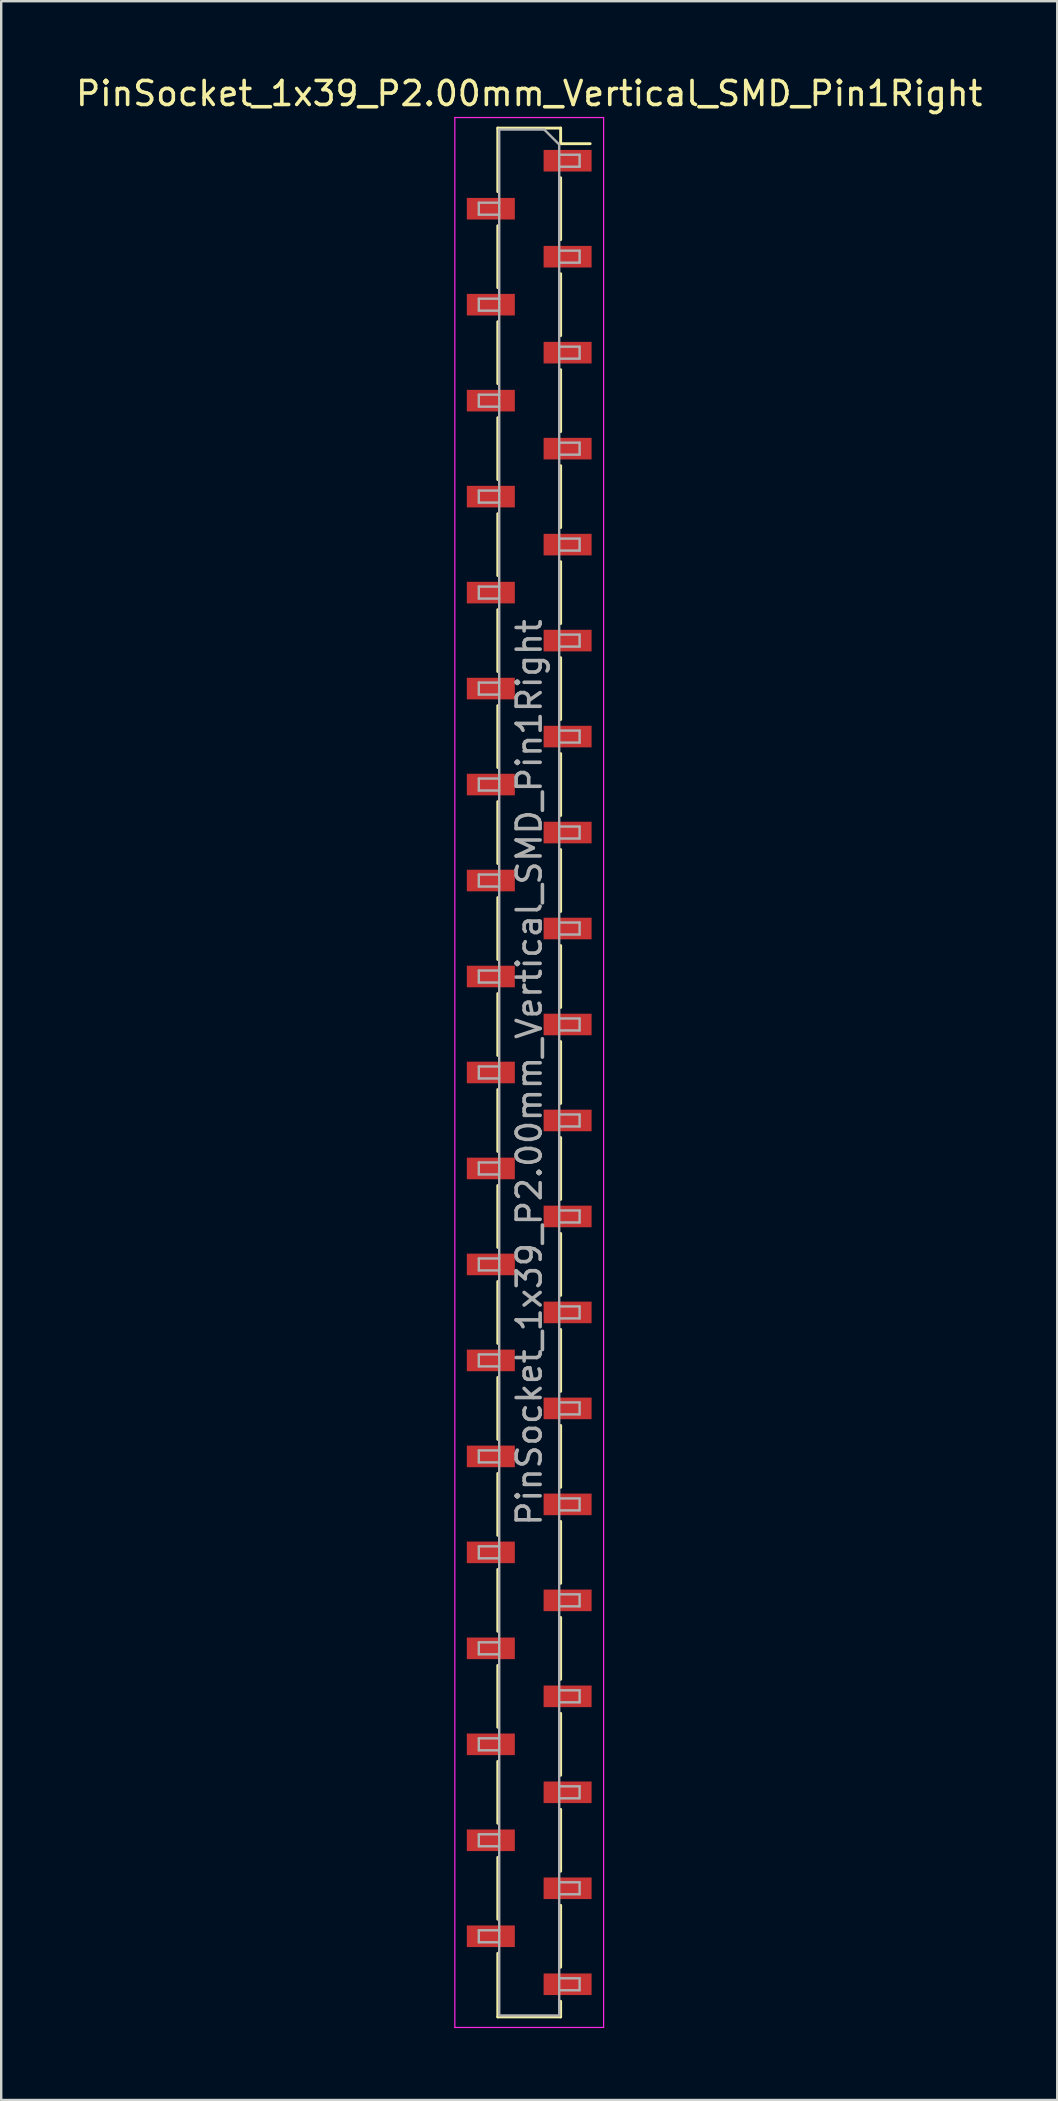
<source format=kicad_pcb>
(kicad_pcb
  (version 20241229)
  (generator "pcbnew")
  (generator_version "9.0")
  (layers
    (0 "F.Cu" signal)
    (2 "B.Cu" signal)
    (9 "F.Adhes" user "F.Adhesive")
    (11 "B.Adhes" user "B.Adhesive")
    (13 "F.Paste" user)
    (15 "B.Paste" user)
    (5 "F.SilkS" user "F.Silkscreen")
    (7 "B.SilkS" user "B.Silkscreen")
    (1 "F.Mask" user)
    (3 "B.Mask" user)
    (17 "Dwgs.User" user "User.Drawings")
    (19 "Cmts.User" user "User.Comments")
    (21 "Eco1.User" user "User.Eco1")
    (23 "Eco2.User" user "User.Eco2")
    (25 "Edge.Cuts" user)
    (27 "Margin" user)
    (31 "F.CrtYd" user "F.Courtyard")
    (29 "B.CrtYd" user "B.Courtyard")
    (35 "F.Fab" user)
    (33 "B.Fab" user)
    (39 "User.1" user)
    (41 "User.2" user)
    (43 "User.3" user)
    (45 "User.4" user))
  (footprint "PinSocket_1x39_P2.00mm_Vertical_SMD_Pin1Right"
    (layer "F.Cu")
    (at 19.006 41.648)
    (property "Reference" "PinSocket_1x39_P2.00mm_Vertical_SMD_Pin1Right" (at 0 -40.8 0) (layer "F.SilkS") (effects (font (size 1 1) (thickness 0.15))))
    (attr smd)
    (fp_line (start -1.31 -39.36) (end -1.31 -36.71) (stroke (width 0.12) (type solid)) (layer "F.SilkS"))
    (fp_line (start -1.31 -39.36) (end 1.31 -39.36) (stroke (width 0.12) (type solid)) (layer "F.SilkS"))
    (fp_line (start -1.31 -35.29) (end -1.31 -32.71) (stroke (width 0.12) (type solid)) (layer "F.SilkS"))
    (fp_line (start -1.31 -31.29) (end -1.31 -28.71) (stroke (width 0.12) (type solid)) (layer "F.SilkS"))
    (fp_line (start -1.31 -27.29) (end -1.31 -24.71) (stroke (width 0.12) (type solid)) (layer "F.SilkS"))
    (fp_line (start -1.31 -23.29) (end -1.31 -20.71) (stroke (width 0.12) (type solid)) (layer "F.SilkS"))
    (fp_line (start -1.31 -19.29) (end -1.31 -16.71) (stroke (width 0.12) (type solid)) (layer "F.SilkS"))
    (fp_line (start -1.31 -15.29) (end -1.31 -12.71) (stroke (width 0.12) (type solid)) (layer "F.SilkS"))
    (fp_line (start -1.31 -11.29) (end -1.31 -8.71) (stroke (width 0.12) (type solid)) (layer "F.SilkS"))
    (fp_line (start -1.31 -7.29) (end -1.31 -4.71) (stroke (width 0.12) (type solid)) (layer "F.SilkS"))
    (fp_line (start -1.31 -3.29) (end -1.31 -0.71) (stroke (width 0.12) (type solid)) (layer "F.SilkS"))
    (fp_line (start -1.31 0.71) (end -1.31 3.29) (stroke (width 0.12) (type solid)) (layer "F.SilkS"))
    (fp_line (start -1.31 4.71) (end -1.31 7.29) (stroke (width 0.12) (type solid)) (layer "F.SilkS"))
    (fp_line (start -1.31 8.71) (end -1.31 11.29) (stroke (width 0.12) (type solid)) (layer "F.SilkS"))
    (fp_line (start -1.31 12.71) (end -1.31 15.29) (stroke (width 0.12) (type solid)) (layer "F.SilkS"))
    (fp_line (start -1.31 16.71) (end -1.31 19.29) (stroke (width 0.12) (type solid)) (layer "F.SilkS"))
    (fp_line (start -1.31 20.71) (end -1.31 23.29) (stroke (width 0.12) (type solid)) (layer "F.SilkS"))
    (fp_line (start -1.31 24.71) (end -1.31 27.29) (stroke (width 0.12) (type solid)) (layer "F.SilkS"))
    (fp_line (start -1.31 28.71) (end -1.31 31.29) (stroke (width 0.12) (type solid)) (layer "F.SilkS"))
    (fp_line (start -1.31 32.71) (end -1.31 35.29) (stroke (width 0.12) (type solid)) (layer "F.SilkS"))
    (fp_line (start -1.31 36.71) (end -1.31 39.36) (stroke (width 0.12) (type solid)) (layer "F.SilkS"))
    (fp_line (start -1.31 39.36) (end 1.31 39.36) (stroke (width 0.12) (type solid)) (layer "F.SilkS"))
    (fp_line (start 1.31 -39.36) (end 1.31 -38.71) (stroke (width 0.12) (type solid)) (layer "F.SilkS"))
    (fp_line (start 1.31 -38.71) (end 2.54 -38.71) (stroke (width 0.12) (type solid)) (layer "F.SilkS"))
    (fp_line (start 1.31 -37.29) (end 1.31 -34.71) (stroke (width 0.12) (type solid)) (layer "F.SilkS"))
    (fp_line (start 1.31 -33.29) (end 1.31 -30.71) (stroke (width 0.12) (type solid)) (layer "F.SilkS"))
    (fp_line (start 1.31 -29.29) (end 1.31 -26.71) (stroke (width 0.12) (type solid)) (layer "F.SilkS"))
    (fp_line (start 1.31 -25.29) (end 1.31 -22.71) (stroke (width 0.12) (type solid)) (layer "F.SilkS"))
    (fp_line (start 1.31 -21.29) (end 1.31 -18.71) (stroke (width 0.12) (type solid)) (layer "F.SilkS"))
    (fp_line (start 1.31 -17.29) (end 1.31 -14.71) (stroke (width 0.12) (type solid)) (layer "F.SilkS"))
    (fp_line (start 1.31 -13.29) (end 1.31 -10.71) (stroke (width 0.12) (type solid)) (layer "F.SilkS"))
    (fp_line (start 1.31 -9.29) (end 1.31 -6.71) (stroke (width 0.12) (type solid)) (layer "F.SilkS"))
    (fp_line (start 1.31 -5.29) (end 1.31 -2.71) (stroke (width 0.12) (type solid)) (layer "F.SilkS"))
    (fp_line (start 1.31 -1.29) (end 1.31 1.29) (stroke (width 0.12) (type solid)) (layer "F.SilkS"))
    (fp_line (start 1.31 2.71) (end 1.31 5.29) (stroke (width 0.12) (type solid)) (layer "F.SilkS"))
    (fp_line (start 1.31 6.71) (end 1.31 9.29) (stroke (width 0.12) (type solid)) (layer "F.SilkS"))
    (fp_line (start 1.31 10.71) (end 1.31 13.29) (stroke (width 0.12) (type solid)) (layer "F.SilkS"))
    (fp_line (start 1.31 14.71) (end 1.31 17.29) (stroke (width 0.12) (type solid)) (layer "F.SilkS"))
    (fp_line (start 1.31 18.71) (end 1.31 21.29) (stroke (width 0.12) (type solid)) (layer "F.SilkS"))
    (fp_line (start 1.31 22.71) (end 1.31 25.29) (stroke (width 0.12) (type solid)) (layer "F.SilkS"))
    (fp_line (start 1.31 26.71) (end 1.31 29.29) (stroke (width 0.12) (type solid)) (layer "F.SilkS"))
    (fp_line (start 1.31 30.71) (end 1.31 33.29) (stroke (width 0.12) (type solid)) (layer "F.SilkS"))
    (fp_line (start 1.31 34.71) (end 1.31 37.29) (stroke (width 0.12) (type solid)) (layer "F.SilkS"))
    (fp_line (start 1.31 38.71) (end 1.31 39.36) (stroke (width 0.12) (type solid)) (layer "F.SilkS"))
    (fp_line (start -3.1 -39.8) (end 3.1 -39.8) (stroke (width 0.05) (type solid)) (layer "F.CrtYd"))
    (fp_line (start -3.1 39.8) (end -3.1 -39.8) (stroke (width 0.05) (type solid)) (layer "F.CrtYd"))
    (fp_line (start 3.1 -39.8) (end 3.1 39.8) (stroke (width 0.05) (type solid)) (layer "F.CrtYd"))
    (fp_line (start 3.1 39.8) (end -3.1 39.8) (stroke (width 0.05) (type solid)) (layer "F.CrtYd"))
    (fp_line (start -2.1 -36.25) (end -1.25 -36.25) (stroke (width 0.1) (type solid)) (layer "F.Fab"))
    (fp_line (start -2.1 -35.75) (end -2.1 -36.25) (stroke (width 0.1) (type solid)) (layer "F.Fab"))
    (fp_line (start -2.1 -32.25) (end -1.25 -32.25) (stroke (width 0.1) (type solid)) (layer "F.Fab"))
    (fp_line (start -2.1 -31.75) (end -2.1 -32.25) (stroke (width 0.1) (type solid)) (layer "F.Fab"))
    (fp_line (start -2.1 -28.25) (end -1.25 -28.25) (stroke (width 0.1) (type solid)) (layer "F.Fab"))
    (fp_line (start -2.1 -27.75) (end -2.1 -28.25) (stroke (width 0.1) (type solid)) (layer "F.Fab"))
    (fp_line (start -2.1 -24.25) (end -1.25 -24.25) (stroke (width 0.1) (type solid)) (layer "F.Fab"))
    (fp_line (start -2.1 -23.75) (end -2.1 -24.25) (stroke (width 0.1) (type solid)) (layer "F.Fab"))
    (fp_line (start -2.1 -20.25) (end -1.25 -20.25) (stroke (width 0.1) (type solid)) (layer "F.Fab"))
    (fp_line (start -2.1 -19.75) (end -2.1 -20.25) (stroke (width 0.1) (type solid)) (layer "F.Fab"))
    (fp_line (start -2.1 -16.25) (end -1.25 -16.25) (stroke (width 0.1) (type solid)) (layer "F.Fab"))
    (fp_line (start -2.1 -15.75) (end -2.1 -16.25) (stroke (width 0.1) (type solid)) (layer "F.Fab"))
    (fp_line (start -2.1 -12.25) (end -1.25 -12.25) (stroke (width 0.1) (type solid)) (layer "F.Fab"))
    (fp_line (start -2.1 -11.75) (end -2.1 -12.25) (stroke (width 0.1) (type solid)) (layer "F.Fab"))
    (fp_line (start -2.1 -8.25) (end -1.25 -8.25) (stroke (width 0.1) (type solid)) (layer "F.Fab"))
    (fp_line (start -2.1 -7.75) (end -2.1 -8.25) (stroke (width 0.1) (type solid)) (layer "F.Fab"))
    (fp_line (start -2.1 -4.25) (end -1.25 -4.25) (stroke (width 0.1) (type solid)) (layer "F.Fab"))
    (fp_line (start -2.1 -3.75) (end -2.1 -4.25) (stroke (width 0.1) (type solid)) (layer "F.Fab"))
    (fp_line (start -2.1 -0.25) (end -1.25 -0.25) (stroke (width 0.1) (type solid)) (layer "F.Fab"))
    (fp_line (start -2.1 0.25) (end -2.1 -0.25) (stroke (width 0.1) (type solid)) (layer "F.Fab"))
    (fp_line (start -2.1 3.75) (end -1.25 3.75) (stroke (width 0.1) (type solid)) (layer "F.Fab"))
    (fp_line (start -2.1 4.25) (end -2.1 3.75) (stroke (width 0.1) (type solid)) (layer "F.Fab"))
    (fp_line (start -2.1 7.75) (end -1.25 7.75) (stroke (width 0.1) (type solid)) (layer "F.Fab"))
    (fp_line (start -2.1 8.25) (end -2.1 7.75) (stroke (width 0.1) (type solid)) (layer "F.Fab"))
    (fp_line (start -2.1 11.75) (end -1.25 11.75) (stroke (width 0.1) (type solid)) (layer "F.Fab"))
    (fp_line (start -2.1 12.25) (end -2.1 11.75) (stroke (width 0.1) (type solid)) (layer "F.Fab"))
    (fp_line (start -2.1 15.75) (end -1.25 15.75) (stroke (width 0.1) (type solid)) (layer "F.Fab"))
    (fp_line (start -2.1 16.25) (end -2.1 15.75) (stroke (width 0.1) (type solid)) (layer "F.Fab"))
    (fp_line (start -2.1 19.75) (end -1.25 19.75) (stroke (width 0.1) (type solid)) (layer "F.Fab"))
    (fp_line (start -2.1 20.25) (end -2.1 19.75) (stroke (width 0.1) (type solid)) (layer "F.Fab"))
    (fp_line (start -2.1 23.75) (end -1.25 23.75) (stroke (width 0.1) (type solid)) (layer "F.Fab"))
    (fp_line (start -2.1 24.25) (end -2.1 23.75) (stroke (width 0.1) (type solid)) (layer "F.Fab"))
    (fp_line (start -2.1 27.75) (end -1.25 27.75) (stroke (width 0.1) (type solid)) (layer "F.Fab"))
    (fp_line (start -2.1 28.25) (end -2.1 27.75) (stroke (width 0.1) (type solid)) (layer "F.Fab"))
    (fp_line (start -2.1 31.75) (end -1.25 31.75) (stroke (width 0.1) (type solid)) (layer "F.Fab"))
    (fp_line (start -2.1 32.25) (end -2.1 31.75) (stroke (width 0.1) (type solid)) (layer "F.Fab"))
    (fp_line (start -2.1 35.75) (end -1.25 35.75) (stroke (width 0.1) (type solid)) (layer "F.Fab"))
    (fp_line (start -2.1 36.25) (end -2.1 35.75) (stroke (width 0.1) (type solid)) (layer "F.Fab"))
    (fp_line (start -1.25 -39.3) (end 0.625 -39.3) (stroke (width 0.1) (type solid)) (layer "F.Fab"))
    (fp_line (start -1.25 -35.75) (end -2.1 -35.75) (stroke (width 0.1) (type solid)) (layer "F.Fab"))
    (fp_line (start -1.25 -31.75) (end -2.1 -31.75) (stroke (width 0.1) (type solid)) (layer "F.Fab"))
    (fp_line (start -1.25 -27.75) (end -2.1 -27.75) (stroke (width 0.1) (type solid)) (layer "F.Fab"))
    (fp_line (start -1.25 -23.75) (end -2.1 -23.75) (stroke (width 0.1) (type solid)) (layer "F.Fab"))
    (fp_line (start -1.25 -19.75) (end -2.1 -19.75) (stroke (width 0.1) (type solid)) (layer "F.Fab"))
    (fp_line (start -1.25 -15.75) (end -2.1 -15.75) (stroke (width 0.1) (type solid)) (layer "F.Fab"))
    (fp_line (start -1.25 -11.75) (end -2.1 -11.75) (stroke (width 0.1) (type solid)) (layer "F.Fab"))
    (fp_line (start -1.25 -7.75) (end -2.1 -7.75) (stroke (width 0.1) (type solid)) (layer "F.Fab"))
    (fp_line (start -1.25 -3.75) (end -2.1 -3.75) (stroke (width 0.1) (type solid)) (layer "F.Fab"))
    (fp_line (start -1.25 0.25) (end -2.1 0.25) (stroke (width 0.1) (type solid)) (layer "F.Fab"))
    (fp_line (start -1.25 4.25) (end -2.1 4.25) (stroke (width 0.1) (type solid)) (layer "F.Fab"))
    (fp_line (start -1.25 8.25) (end -2.1 8.25) (stroke (width 0.1) (type solid)) (layer "F.Fab"))
    (fp_line (start -1.25 12.25) (end -2.1 12.25) (stroke (width 0.1) (type solid)) (layer "F.Fab"))
    (fp_line (start -1.25 16.25) (end -2.1 16.25) (stroke (width 0.1) (type solid)) (layer "F.Fab"))
    (fp_line (start -1.25 20.25) (end -2.1 20.25) (stroke (width 0.1) (type solid)) (layer "F.Fab"))
    (fp_line (start -1.25 24.25) (end -2.1 24.25) (stroke (width 0.1) (type solid)) (layer "F.Fab"))
    (fp_line (start -1.25 28.25) (end -2.1 28.25) (stroke (width 0.1) (type solid)) (layer "F.Fab"))
    (fp_line (start -1.25 32.25) (end -2.1 32.25) (stroke (width 0.1) (type solid)) (layer "F.Fab"))
    (fp_line (start -1.25 36.25) (end -2.1 36.25) (stroke (width 0.1) (type solid)) (layer "F.Fab"))
    (fp_line (start -1.25 39.3) (end -1.25 -39.3) (stroke (width 0.1) (type solid)) (layer "F.Fab"))
    (fp_line (start 0.625 -39.3) (end 1.25 -38.675) (stroke (width 0.1) (type solid)) (layer "F.Fab"))
    (fp_line (start 1.25 -38.675) (end 1.25 39.3) (stroke (width 0.1) (type solid)) (layer "F.Fab"))
    (fp_line (start 1.25 -38.25) (end 2.1 -38.25) (stroke (width 0.1) (type solid)) (layer "F.Fab"))
    (fp_line (start 1.25 -34.25) (end 2.1 -34.25) (stroke (width 0.1) (type solid)) (layer "F.Fab"))
    (fp_line (start 1.25 -30.25) (end 2.1 -30.25) (stroke (width 0.1) (type solid)) (layer "F.Fab"))
    (fp_line (start 1.25 -26.25) (end 2.1 -26.25) (stroke (width 0.1) (type solid)) (layer "F.Fab"))
    (fp_line (start 1.25 -22.25) (end 2.1 -22.25) (stroke (width 0.1) (type solid)) (layer "F.Fab"))
    (fp_line (start 1.25 -18.25) (end 2.1 -18.25) (stroke (width 0.1) (type solid)) (layer "F.Fab"))
    (fp_line (start 1.25 -14.25) (end 2.1 -14.25) (stroke (width 0.1) (type solid)) (layer "F.Fab"))
    (fp_line (start 1.25 -10.25) (end 2.1 -10.25) (stroke (width 0.1) (type solid)) (layer "F.Fab"))
    (fp_line (start 1.25 -6.25) (end 2.1 -6.25) (stroke (width 0.1) (type solid)) (layer "F.Fab"))
    (fp_line (start 1.25 -2.25) (end 2.1 -2.25) (stroke (width 0.1) (type solid)) (layer "F.Fab"))
    (fp_line (start 1.25 1.75) (end 2.1 1.75) (stroke (width 0.1) (type solid)) (layer "F.Fab"))
    (fp_line (start 1.25 5.75) (end 2.1 5.75) (stroke (width 0.1) (type solid)) (layer "F.Fab"))
    (fp_line (start 1.25 9.75) (end 2.1 9.75) (stroke (width 0.1) (type solid)) (layer "F.Fab"))
    (fp_line (start 1.25 13.75) (end 2.1 13.75) (stroke (width 0.1) (type solid)) (layer "F.Fab"))
    (fp_line (start 1.25 17.75) (end 2.1 17.75) (stroke (width 0.1) (type solid)) (layer "F.Fab"))
    (fp_line (start 1.25 21.75) (end 2.1 21.75) (stroke (width 0.1) (type solid)) (layer "F.Fab"))
    (fp_line (start 1.25 25.75) (end 2.1 25.75) (stroke (width 0.1) (type solid)) (layer "F.Fab"))
    (fp_line (start 1.25 29.75) (end 2.1 29.75) (stroke (width 0.1) (type solid)) (layer "F.Fab"))
    (fp_line (start 1.25 33.75) (end 2.1 33.75) (stroke (width 0.1) (type solid)) (layer "F.Fab"))
    (fp_line (start 1.25 37.75) (end 2.1 37.75) (stroke (width 0.1) (type solid)) (layer "F.Fab"))
    (fp_line (start 1.25 39.3) (end -1.25 39.3) (stroke (width 0.1) (type solid)) (layer "F.Fab"))
    (fp_line (start 2.1 -38.25) (end 2.1 -37.75) (stroke (width 0.1) (type solid)) (layer "F.Fab"))
    (fp_line (start 2.1 -37.75) (end 1.25 -37.75) (stroke (width 0.1) (type solid)) (layer "F.Fab"))
    (fp_line (start 2.1 -34.25) (end 2.1 -33.75) (stroke (width 0.1) (type solid)) (layer "F.Fab"))
    (fp_line (start 2.1 -33.75) (end 1.25 -33.75) (stroke (width 0.1) (type solid)) (layer "F.Fab"))
    (fp_line (start 2.1 -30.25) (end 2.1 -29.75) (stroke (width 0.1) (type solid)) (layer "F.Fab"))
    (fp_line (start 2.1 -29.75) (end 1.25 -29.75) (stroke (width 0.1) (type solid)) (layer "F.Fab"))
    (fp_line (start 2.1 -26.25) (end 2.1 -25.75) (stroke (width 0.1) (type solid)) (layer "F.Fab"))
    (fp_line (start 2.1 -25.75) (end 1.25 -25.75) (stroke (width 0.1) (type solid)) (layer "F.Fab"))
    (fp_line (start 2.1 -22.25) (end 2.1 -21.75) (stroke (width 0.1) (type solid)) (layer "F.Fab"))
    (fp_line (start 2.1 -21.75) (end 1.25 -21.75) (stroke (width 0.1) (type solid)) (layer "F.Fab"))
    (fp_line (start 2.1 -18.25) (end 2.1 -17.75) (stroke (width 0.1) (type solid)) (layer "F.Fab"))
    (fp_line (start 2.1 -17.75) (end 1.25 -17.75) (stroke (width 0.1) (type solid)) (layer "F.Fab"))
    (fp_line (start 2.1 -14.25) (end 2.1 -13.75) (stroke (width 0.1) (type solid)) (layer "F.Fab"))
    (fp_line (start 2.1 -13.75) (end 1.25 -13.75) (stroke (width 0.1) (type solid)) (layer "F.Fab"))
    (fp_line (start 2.1 -10.25) (end 2.1 -9.75) (stroke (width 0.1) (type solid)) (layer "F.Fab"))
    (fp_line (start 2.1 -9.75) (end 1.25 -9.75) (stroke (width 0.1) (type solid)) (layer "F.Fab"))
    (fp_line (start 2.1 -6.25) (end 2.1 -5.75) (stroke (width 0.1) (type solid)) (layer "F.Fab"))
    (fp_line (start 2.1 -5.75) (end 1.25 -5.75) (stroke (width 0.1) (type solid)) (layer "F.Fab"))
    (fp_line (start 2.1 -2.25) (end 2.1 -1.75) (stroke (width 0.1) (type solid)) (layer "F.Fab"))
    (fp_line (start 2.1 -1.75) (end 1.25 -1.75) (stroke (width 0.1) (type solid)) (layer "F.Fab"))
    (fp_line (start 2.1 1.75) (end 2.1 2.25) (stroke (width 0.1) (type solid)) (layer "F.Fab"))
    (fp_line (start 2.1 2.25) (end 1.25 2.25) (stroke (width 0.1) (type solid)) (layer "F.Fab"))
    (fp_line (start 2.1 5.75) (end 2.1 6.25) (stroke (width 0.1) (type solid)) (layer "F.Fab"))
    (fp_line (start 2.1 6.25) (end 1.25 6.25) (stroke (width 0.1) (type solid)) (layer "F.Fab"))
    (fp_line (start 2.1 9.75) (end 2.1 10.25) (stroke (width 0.1) (type solid)) (layer "F.Fab"))
    (fp_line (start 2.1 10.25) (end 1.25 10.25) (stroke (width 0.1) (type solid)) (layer "F.Fab"))
    (fp_line (start 2.1 13.75) (end 2.1 14.25) (stroke (width 0.1) (type solid)) (layer "F.Fab"))
    (fp_line (start 2.1 14.25) (end 1.25 14.25) (stroke (width 0.1) (type solid)) (layer "F.Fab"))
    (fp_line (start 2.1 17.75) (end 2.1 18.25) (stroke (width 0.1) (type solid)) (layer "F.Fab"))
    (fp_line (start 2.1 18.25) (end 1.25 18.25) (stroke (width 0.1) (type solid)) (layer "F.Fab"))
    (fp_line (start 2.1 21.75) (end 2.1 22.25) (stroke (width 0.1) (type solid)) (layer "F.Fab"))
    (fp_line (start 2.1 22.25) (end 1.25 22.25) (stroke (width 0.1) (type solid)) (layer "F.Fab"))
    (fp_line (start 2.1 25.75) (end 2.1 26.25) (stroke (width 0.1) (type solid)) (layer "F.Fab"))
    (fp_line (start 2.1 26.25) (end 1.25 26.25) (stroke (width 0.1) (type solid)) (layer "F.Fab"))
    (fp_line (start 2.1 29.75) (end 2.1 30.25) (stroke (width 0.1) (type solid)) (layer "F.Fab"))
    (fp_line (start 2.1 30.25) (end 1.25 30.25) (stroke (width 0.1) (type solid)) (layer "F.Fab"))
    (fp_line (start 2.1 33.75) (end 2.1 34.25) (stroke (width 0.1) (type solid)) (layer "F.Fab"))
    (fp_line (start 2.1 34.25) (end 1.25 34.25) (stroke (width 0.1) (type solid)) (layer "F.Fab"))
    (fp_line (start 2.1 37.75) (end 2.1 38.25) (stroke (width 0.1) (type solid)) (layer "F.Fab"))
    (fp_line (start 2.1 38.25) (end 1.25 38.25) (stroke (width 0.1) (type solid)) (layer "F.Fab"))
    (fp_text user "${REFERENCE}" (at 0 0 90) (layer "F.Fab") (effects (font (size 1 1) (thickness 0.15))))
    (pad "1" smd rect (at 1.6 -38) (size 2 0.9) (layers "F.Cu" "F.Mask" "F.Paste"))
    (pad "2" smd rect (at -1.6 -36) (size 2 0.9) (layers "F.Cu" "F.Mask" "F.Paste"))
    (pad "3" smd rect (at 1.6 -34) (size 2 0.9) (layers "F.Cu" "F.Mask" "F.Paste"))
    (pad "4" smd rect (at -1.6 -32) (size 2 0.9) (layers "F.Cu" "F.Mask" "F.Paste"))
    (pad "5" smd rect (at 1.6 -30) (size 2 0.9) (layers "F.Cu" "F.Mask" "F.Paste"))
    (pad "6" smd rect (at -1.6 -28) (size 2 0.9) (layers "F.Cu" "F.Mask" "F.Paste"))
    (pad "7" smd rect (at 1.6 -26) (size 2 0.9) (layers "F.Cu" "F.Mask" "F.Paste"))
    (pad "8" smd rect (at -1.6 -24) (size 2 0.9) (layers "F.Cu" "F.Mask" "F.Paste"))
    (pad "9" smd rect (at 1.6 -22) (size 2 0.9) (layers "F.Cu" "F.Mask" "F.Paste"))
    (pad "10" smd rect (at -1.6 -20) (size 2 0.9) (layers "F.Cu" "F.Mask" "F.Paste"))
    (pad "11" smd rect (at 1.6 -18) (size 2 0.9) (layers "F.Cu" "F.Mask" "F.Paste"))
    (pad "12" smd rect (at -1.6 -16) (size 2 0.9) (layers "F.Cu" "F.Mask" "F.Paste"))
    (pad "13" smd rect (at 1.6 -14) (size 2 0.9) (layers "F.Cu" "F.Mask" "F.Paste"))
    (pad "14" smd rect (at -1.6 -12) (size 2 0.9) (layers "F.Cu" "F.Mask" "F.Paste"))
    (pad "15" smd rect (at 1.6 -10) (size 2 0.9) (layers "F.Cu" "F.Mask" "F.Paste"))
    (pad "16" smd rect (at -1.6 -8) (size 2 0.9) (layers "F.Cu" "F.Mask" "F.Paste"))
    (pad "17" smd rect (at 1.6 -6) (size 2 0.9) (layers "F.Cu" "F.Mask" "F.Paste"))
    (pad "18" smd rect (at -1.6 -4) (size 2 0.9) (layers "F.Cu" "F.Mask" "F.Paste"))
    (pad "19" smd rect (at 1.6 -2) (size 2 0.9) (layers "F.Cu" "F.Mask" "F.Paste"))
    (pad "20" smd rect (at -1.6 0) (size 2 0.9) (layers "F.Cu" "F.Mask" "F.Paste"))
    (pad "21" smd rect (at 1.6 2) (size 2 0.9) (layers "F.Cu" "F.Mask" "F.Paste"))
    (pad "22" smd rect (at -1.6 4) (size 2 0.9) (layers "F.Cu" "F.Mask" "F.Paste"))
    (pad "23" smd rect (at 1.6 6) (size 2 0.9) (layers "F.Cu" "F.Mask" "F.Paste"))
    (pad "24" smd rect (at -1.6 8) (size 2 0.9) (layers "F.Cu" "F.Mask" "F.Paste"))
    (pad "25" smd rect (at 1.6 10) (size 2 0.9) (layers "F.Cu" "F.Mask" "F.Paste"))
    (pad "26" smd rect (at -1.6 12) (size 2 0.9) (layers "F.Cu" "F.Mask" "F.Paste"))
    (pad "27" smd rect (at 1.6 14) (size 2 0.9) (layers "F.Cu" "F.Mask" "F.Paste"))
    (pad "28" smd rect (at -1.6 16) (size 2 0.9) (layers "F.Cu" "F.Mask" "F.Paste"))
    (pad "29" smd rect (at 1.6 18) (size 2 0.9) (layers "F.Cu" "F.Mask" "F.Paste"))
    (pad "30" smd rect (at -1.6 20) (size 2 0.9) (layers "F.Cu" "F.Mask" "F.Paste"))
    (pad "31" smd rect (at 1.6 22) (size 2 0.9) (layers "F.Cu" "F.Mask" "F.Paste"))
    (pad "32" smd rect (at -1.6 24) (size 2 0.9) (layers "F.Cu" "F.Mask" "F.Paste"))
    (pad "33" smd rect (at 1.6 26) (size 2 0.9) (layers "F.Cu" "F.Mask" "F.Paste"))
    (pad "34" smd rect (at -1.6 28) (size 2 0.9) (layers "F.Cu" "F.Mask" "F.Paste"))
    (pad "35" smd rect (at 1.6 30) (size 2 0.9) (layers "F.Cu" "F.Mask" "F.Paste"))
    (pad "36" smd rect (at -1.6 32) (size 2 0.9) (layers "F.Cu" "F.Mask" "F.Paste"))
    (pad "37" smd rect (at 1.6 34) (size 2 0.9) (layers "F.Cu" "F.Mask" "F.Paste"))
    (pad "38" smd rect (at -1.6 36) (size 2 0.9) (layers "F.Cu" "F.Mask" "F.Paste"))
    (pad "39" smd rect (at 1.6 38) (size 2 0.9) (layers "F.Cu" "F.Mask" "F.Paste")))
  (gr_rect
    (start -3 -3)
    (end 41.012 84.473)
    (stroke (width 0.1) (type default))
    (fill no)
    (layer "Edge.Cuts")))
</source>
